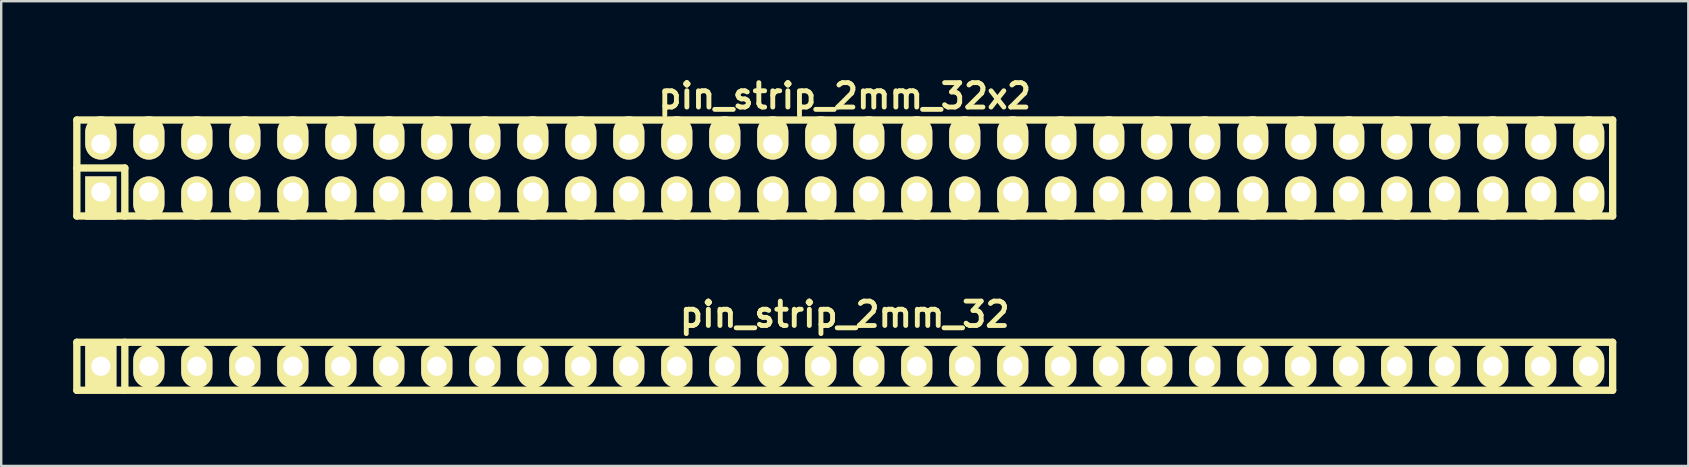
<source format=kicad_pcb>
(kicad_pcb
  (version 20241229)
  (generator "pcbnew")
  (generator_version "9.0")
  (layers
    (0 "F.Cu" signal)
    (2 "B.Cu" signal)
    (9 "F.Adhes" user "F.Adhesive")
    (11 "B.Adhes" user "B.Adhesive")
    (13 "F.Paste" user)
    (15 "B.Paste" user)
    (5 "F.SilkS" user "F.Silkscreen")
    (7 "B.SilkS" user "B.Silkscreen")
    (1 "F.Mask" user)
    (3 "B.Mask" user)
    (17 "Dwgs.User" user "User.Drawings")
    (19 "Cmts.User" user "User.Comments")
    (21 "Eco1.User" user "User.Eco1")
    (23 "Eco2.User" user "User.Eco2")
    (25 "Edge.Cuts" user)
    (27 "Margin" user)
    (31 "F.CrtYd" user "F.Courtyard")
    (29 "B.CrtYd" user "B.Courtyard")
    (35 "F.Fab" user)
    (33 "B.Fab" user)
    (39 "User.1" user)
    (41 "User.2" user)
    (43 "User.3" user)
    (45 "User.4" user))
  (footprint "pin_strip_2mm_32x2"
    (layer "F.Cu")
    (at 32.152 3.951)
    (property "Reference" "pin_strip_2mm_32x2" (at 0 -3 0) (layer "F.SilkS") (effects (font (size 1.016 1.016) (thickness 0.203))))
    (attr through_hole)
    (fp_line (start -32 -2) (end 32 -2) (stroke (width 0.305) (type solid)) (layer "F.SilkS"))
    (fp_line (start -32 0) (end -30 0) (stroke (width 0.305) (type solid)) (layer "F.SilkS"))
    (fp_line (start -32 2) (end -32 -2) (stroke (width 0.305) (type solid)) (layer "F.SilkS"))
    (fp_line (start -30 0) (end -30 2) (stroke (width 0.305) (type solid)) (layer "F.SilkS"))
    (fp_line (start 32 -2) (end 32 2) (stroke (width 0.305) (type solid)) (layer "F.SilkS"))
    (fp_line (start 32 2) (end -32 2) (stroke (width 0.305) (type solid)) (layer "F.SilkS"))
    (pad "1" thru_hole rect (at -31 1) (size 1.3 1.8) (drill 0.8 (offset 0 0.25)) (layers "*.Cu" "*.Mask" "F.SilkS"))
    (pad "2" thru_hole oval (at -31 -1) (size 1.3 1.8) (drill 0.8 (offset 0 -0.25)) (layers "*.Cu" "*.Mask" "F.SilkS"))
    (pad "3" thru_hole oval (at -29 1) (size 1.3 1.8) (drill 0.8 (offset 0 0.25)) (layers "*.Cu" "*.Mask" "F.SilkS"))
    (pad "4" thru_hole oval (at -29 -1) (size 1.3 1.8) (drill 0.8 (offset 0 -0.25)) (layers "*.Cu" "*.Mask" "F.SilkS"))
    (pad "5" thru_hole oval (at -27 1) (size 1.3 1.8) (drill 0.8 (offset 0 0.25)) (layers "*.Cu" "*.Mask" "F.SilkS"))
    (pad "6" thru_hole oval (at -27 -1) (size 1.3 1.8) (drill 0.8 (offset 0 -0.25)) (layers "*.Cu" "*.Mask" "F.SilkS"))
    (pad "7" thru_hole oval (at -25 1) (size 1.3 1.8) (drill 0.8 (offset 0 0.25)) (layers "*.Cu" "*.Mask" "F.SilkS"))
    (pad "8" thru_hole oval (at -25 -1) (size 1.3 1.8) (drill 0.8 (offset 0 -0.25)) (layers "*.Cu" "*.Mask" "F.SilkS"))
    (pad "9" thru_hole oval (at -23 1) (size 1.3 1.8) (drill 0.8 (offset 0 0.25)) (layers "*.Cu" "*.Mask" "F.SilkS"))
    (pad "10" thru_hole oval (at -23 -1) (size 1.3 1.8) (drill 0.8 (offset 0 -0.25)) (layers "*.Cu" "*.Mask" "F.SilkS"))
    (pad "11" thru_hole oval (at -21 1) (size 1.3 1.8) (drill 0.8 (offset 0 0.25)) (layers "*.Cu" "*.Mask" "F.SilkS"))
    (pad "12" thru_hole oval (at -21 -1) (size 1.3 1.8) (drill 0.8 (offset 0 -0.25)) (layers "*.Cu" "*.Mask" "F.SilkS"))
    (pad "13" thru_hole oval (at -19 1) (size 1.3 1.8) (drill 0.8 (offset 0 0.25)) (layers "*.Cu" "*.Mask" "F.SilkS"))
    (pad "14" thru_hole oval (at -19 -1) (size 1.3 1.8) (drill 0.8 (offset 0 -0.25)) (layers "*.Cu" "*.Mask" "F.SilkS"))
    (pad "15" thru_hole oval (at -17 1) (size 1.3 1.8) (drill 0.8 (offset 0 0.25)) (layers "*.Cu" "*.Mask" "F.SilkS"))
    (pad "16" thru_hole oval (at -17 -1) (size 1.3 1.8) (drill 0.8 (offset 0 -0.25)) (layers "*.Cu" "*.Mask" "F.SilkS"))
    (pad "17" thru_hole oval (at -15 1) (size 1.3 1.8) (drill 0.8 (offset 0 0.25)) (layers "*.Cu" "*.Mask" "F.SilkS"))
    (pad "18" thru_hole oval (at -15 -1) (size 1.3 1.8) (drill 0.8 (offset 0 -0.25)) (layers "*.Cu" "*.Mask" "F.SilkS"))
    (pad "19" thru_hole oval (at -13 1) (size 1.3 1.8) (drill 0.8 (offset 0 0.25)) (layers "*.Cu" "*.Mask" "F.SilkS"))
    (pad "20" thru_hole oval (at -13 -1) (size 1.3 1.8) (drill 0.8 (offset 0 -0.25)) (layers "*.Cu" "*.Mask" "F.SilkS"))
    (pad "21" thru_hole oval (at -11 1) (size 1.3 1.8) (drill 0.8 (offset 0 0.25)) (layers "*.Cu" "*.Mask" "F.SilkS"))
    (pad "22" thru_hole oval (at -11 -1) (size 1.3 1.8) (drill 0.8 (offset 0 -0.25)) (layers "*.Cu" "*.Mask" "F.SilkS"))
    (pad "23" thru_hole oval (at -9 1) (size 1.3 1.8) (drill 0.8 (offset 0 0.25)) (layers "*.Cu" "*.Mask" "F.SilkS"))
    (pad "24" thru_hole oval (at -9 -1) (size 1.3 1.8) (drill 0.8 (offset 0 -0.25)) (layers "*.Cu" "*.Mask" "F.SilkS"))
    (pad "25" thru_hole oval (at -7 1) (size 1.3 1.8) (drill 0.8 (offset 0 0.25)) (layers "*.Cu" "*.Mask" "F.SilkS"))
    (pad "26" thru_hole oval (at -7 -1) (size 1.3 1.8) (drill 0.8 (offset 0 -0.25)) (layers "*.Cu" "*.Mask" "F.SilkS"))
    (pad "27" thru_hole oval (at -5 1) (size 1.3 1.8) (drill 0.8 (offset 0 0.25)) (layers "*.Cu" "*.Mask" "F.SilkS"))
    (pad "28" thru_hole oval (at -5 -1) (size 1.3 1.8) (drill 0.8 (offset 0 -0.25)) (layers "*.Cu" "*.Mask" "F.SilkS"))
    (pad "29" thru_hole oval (at -3 1) (size 1.3 1.8) (drill 0.8 (offset 0 0.25)) (layers "*.Cu" "*.Mask" "F.SilkS"))
    (pad "30" thru_hole oval (at -3 -1) (size 1.3 1.8) (drill 0.8 (offset 0 -0.25)) (layers "*.Cu" "*.Mask" "F.SilkS"))
    (pad "31" thru_hole oval (at -1 1) (size 1.3 1.8) (drill 0.8 (offset 0 0.25)) (layers "*.Cu" "*.Mask" "F.SilkS"))
    (pad "32" thru_hole oval (at -1 -1) (size 1.3 1.8) (drill 0.8 (offset 0 -0.25)) (layers "*.Cu" "*.Mask" "F.SilkS"))
    (pad "33" thru_hole oval (at 1 1) (size 1.3 1.8) (drill 0.8 (offset 0 0.25)) (layers "*.Cu" "*.Mask" "F.SilkS"))
    (pad "34" thru_hole oval (at 1 -1) (size 1.3 1.8) (drill 0.8 (offset 0 -0.25)) (layers "*.Cu" "*.Mask" "F.SilkS"))
    (pad "35" thru_hole oval (at 3 1) (size 1.3 1.8) (drill 0.8 (offset 0 0.25)) (layers "*.Cu" "*.Mask" "F.SilkS"))
    (pad "36" thru_hole oval (at 3 -1) (size 1.3 1.8) (drill 0.8 (offset 0 -0.25)) (layers "*.Cu" "*.Mask" "F.SilkS"))
    (pad "37" thru_hole oval (at 5 1) (size 1.3 1.8) (drill 0.8 (offset 0 0.25)) (layers "*.Cu" "*.Mask" "F.SilkS"))
    (pad "38" thru_hole oval (at 5 -1) (size 1.3 1.8) (drill 0.8 (offset 0 -0.25)) (layers "*.Cu" "*.Mask" "F.SilkS"))
    (pad "39" thru_hole oval (at 7 1) (size 1.3 1.8) (drill 0.8 (offset 0 0.25)) (layers "*.Cu" "*.Mask" "F.SilkS"))
    (pad "40" thru_hole oval (at 7 -1) (size 1.3 1.8) (drill 0.8 (offset 0 -0.25)) (layers "*.Cu" "*.Mask" "F.SilkS"))
    (pad "41" thru_hole oval (at 9 1) (size 1.3 1.8) (drill 0.8 (offset 0 0.25)) (layers "*.Cu" "*.Mask" "F.SilkS"))
    (pad "42" thru_hole oval (at 9 -1) (size 1.3 1.8) (drill 0.8 (offset 0 -0.25)) (layers "*.Cu" "*.Mask" "F.SilkS"))
    (pad "43" thru_hole oval (at 11 1) (size 1.3 1.8) (drill 0.8 (offset 0 0.25)) (layers "*.Cu" "*.Mask" "F.SilkS"))
    (pad "44" thru_hole oval (at 11 -1) (size 1.3 1.8) (drill 0.8 (offset 0 -0.25)) (layers "*.Cu" "*.Mask" "F.SilkS"))
    (pad "45" thru_hole oval (at 13 1) (size 1.3 1.8) (drill 0.8 (offset 0 0.25)) (layers "*.Cu" "*.Mask" "F.SilkS"))
    (pad "46" thru_hole oval (at 13 -1) (size 1.3 1.8) (drill 0.8 (offset 0 -0.25)) (layers "*.Cu" "*.Mask" "F.SilkS"))
    (pad "47" thru_hole oval (at 15 1) (size 1.3 1.8) (drill 0.8 (offset 0 0.25)) (layers "*.Cu" "*.Mask" "F.SilkS"))
    (pad "48" thru_hole oval (at 15 -1) (size 1.3 1.8) (drill 0.8 (offset 0 -0.25)) (layers "*.Cu" "*.Mask" "F.SilkS"))
    (pad "49" thru_hole oval (at 17 1) (size 1.3 1.8) (drill 0.8 (offset 0 0.25)) (layers "*.Cu" "*.Mask" "F.SilkS"))
    (pad "50" thru_hole oval (at 17 -1) (size 1.3 1.8) (drill 0.8 (offset 0 -0.25)) (layers "*.Cu" "*.Mask" "F.SilkS"))
    (pad "51" thru_hole oval (at 19 1) (size 1.3 1.8) (drill 0.8 (offset 0 0.25)) (layers "*.Cu" "*.Mask" "F.SilkS"))
    (pad "52" thru_hole oval (at 19 -1) (size 1.3 1.8) (drill 0.8 (offset 0 -0.25)) (layers "*.Cu" "*.Mask" "F.SilkS"))
    (pad "53" thru_hole oval (at 21 1) (size 1.3 1.8) (drill 0.8 (offset 0 0.25)) (layers "*.Cu" "*.Mask" "F.SilkS"))
    (pad "54" thru_hole oval (at 21 -1) (size 1.3 1.8) (drill 0.8 (offset 0 -0.25)) (layers "*.Cu" "*.Mask" "F.SilkS"))
    (pad "55" thru_hole oval (at 23 1) (size 1.3 1.8) (drill 0.8 (offset 0 0.25)) (layers "*.Cu" "*.Mask" "F.SilkS"))
    (pad "56" thru_hole oval (at 23 -1) (size 1.3 1.8) (drill 0.8 (offset 0 -0.25)) (layers "*.Cu" "*.Mask" "F.SilkS"))
    (pad "57" thru_hole oval (at 25 1) (size 1.3 1.8) (drill 0.8 (offset 0 0.25)) (layers "*.Cu" "*.Mask" "F.SilkS"))
    (pad "58" thru_hole oval (at 25 -1) (size 1.3 1.8) (drill 0.8 (offset 0 -0.25)) (layers "*.Cu" "*.Mask" "F.SilkS"))
    (pad "59" thru_hole oval (at 27 1) (size 1.3 1.8) (drill 0.8 (offset 0 0.25)) (layers "*.Cu" "*.Mask" "F.SilkS"))
    (pad "60" thru_hole oval (at 27 -1) (size 1.3 1.8) (drill 0.8 (offset 0 -0.25)) (layers "*.Cu" "*.Mask" "F.SilkS"))
    (pad "61" thru_hole oval (at 29 1) (size 1.3 1.8) (drill 0.8 (offset 0 0.25)) (layers "*.Cu" "*.Mask" "F.SilkS"))
    (pad "62" thru_hole oval (at 29 -1) (size 1.3 1.8) (drill 0.8 (offset 0 -0.25)) (layers "*.Cu" "*.Mask" "F.SilkS"))
    (pad "63" thru_hole oval (at 31 1) (size 1.3 1.8) (drill 0.8 (offset 0 0.25)) (layers "*.Cu" "*.Mask" "F.SilkS"))
    (pad "64" thru_hole oval (at 31 -1) (size 1.3 1.8) (drill 0.8 (offset 0 -0.25)) (layers "*.Cu" "*.Mask" "F.SilkS")))
  (footprint "pin_strip_2mm_32"
    (layer "F.Cu")
    (at 32.152 12.213)
    (property "Reference" "pin_strip_2mm_32" (at 0 -2.159 0) (layer "F.SilkS") (effects (font (size 1.016 1.016) (thickness 0.203))))
    (attr through_hole)
    (fp_line (start -32 -1) (end 32 -1) (stroke (width 0.305) (type solid)) (layer "F.SilkS"))
    (fp_line (start -32 1) (end -32 -1) (stroke (width 0.305) (type solid)) (layer "F.SilkS"))
    (fp_line (start -30 -1) (end -30 1) (stroke (width 0.305) (type solid)) (layer "F.SilkS"))
    (fp_line (start 32 -1) (end 32 1) (stroke (width 0.305) (type solid)) (layer "F.SilkS"))
    (fp_line (start 32 1) (end -32 1) (stroke (width 0.305) (type solid)) (layer "F.SilkS"))
    (pad "1" thru_hole rect (at -31 0) (size 1.3 1.8) (drill 0.8) (layers "*.Cu" "*.Mask" "F.SilkS"))
    (pad "2" thru_hole oval (at -29 0) (size 1.3 1.8) (drill 0.8) (layers "*.Cu" "*.Mask" "F.SilkS"))
    (pad "3" thru_hole oval (at -27 0) (size 1.3 1.8) (drill 0.8) (layers "*.Cu" "*.Mask" "F.SilkS"))
    (pad "4" thru_hole oval (at -25 0) (size 1.3 1.8) (drill 0.8) (layers "*.Cu" "*.Mask" "F.SilkS"))
    (pad "5" thru_hole oval (at -23 0) (size 1.3 1.8) (drill 0.8) (layers "*.Cu" "*.Mask" "F.SilkS"))
    (pad "6" thru_hole oval (at -21 0) (size 1.3 1.8) (drill 0.8) (layers "*.Cu" "*.Mask" "F.SilkS"))
    (pad "7" thru_hole oval (at -19 0) (size 1.3 1.8) (drill 0.8) (layers "*.Cu" "*.Mask" "F.SilkS"))
    (pad "8" thru_hole oval (at -17 0) (size 1.3 1.8) (drill 0.8) (layers "*.Cu" "*.Mask" "F.SilkS"))
    (pad "9" thru_hole oval (at -15 0) (size 1.3 1.8) (drill 0.8) (layers "*.Cu" "*.Mask" "F.SilkS"))
    (pad "10" thru_hole oval (at -13 0) (size 1.3 1.8) (drill 0.8) (layers "*.Cu" "*.Mask" "F.SilkS"))
    (pad "11" thru_hole oval (at -11 0) (size 1.3 1.8) (drill 0.8) (layers "*.Cu" "*.Mask" "F.SilkS"))
    (pad "12" thru_hole oval (at -9 0) (size 1.3 1.8) (drill 0.8) (layers "*.Cu" "*.Mask" "F.SilkS"))
    (pad "13" thru_hole oval (at -7 0) (size 1.3 1.8) (drill 0.8) (layers "*.Cu" "*.Mask" "F.SilkS"))
    (pad "14" thru_hole oval (at -5 0) (size 1.3 1.8) (drill 0.8) (layers "*.Cu" "*.Mask" "F.SilkS"))
    (pad "15" thru_hole oval (at -3 0) (size 1.3 1.8) (drill 0.8) (layers "*.Cu" "*.Mask" "F.SilkS"))
    (pad "16" thru_hole oval (at -1 0) (size 1.3 1.8) (drill 0.8) (layers "*.Cu" "*.Mask" "F.SilkS"))
    (pad "17" thru_hole oval (at 1 0) (size 1.3 1.8) (drill 0.8) (layers "*.Cu" "*.Mask" "F.SilkS"))
    (pad "18" thru_hole oval (at 3 0) (size 1.3 1.8) (drill 0.8) (layers "*.Cu" "*.Mask" "F.SilkS"))
    (pad "19" thru_hole oval (at 5 0) (size 1.3 1.8) (drill 0.8) (layers "*.Cu" "*.Mask" "F.SilkS"))
    (pad "20" thru_hole oval (at 7 0) (size 1.3 1.8) (drill 0.8) (layers "*.Cu" "*.Mask" "F.SilkS"))
    (pad "21" thru_hole oval (at 9 0) (size 1.3 1.8) (drill 0.8) (layers "*.Cu" "*.Mask" "F.SilkS"))
    (pad "22" thru_hole oval (at 11 0) (size 1.3 1.8) (drill 0.8) (layers "*.Cu" "*.Mask" "F.SilkS"))
    (pad "23" thru_hole oval (at 13 0) (size 1.3 1.8) (drill 0.8) (layers "*.Cu" "*.Mask" "F.SilkS"))
    (pad "24" thru_hole oval (at 15 0) (size 1.3 1.8) (drill 0.8) (layers "*.Cu" "*.Mask" "F.SilkS"))
    (pad "25" thru_hole oval (at 17 0) (size 1.3 1.8) (drill 0.8) (layers "*.Cu" "*.Mask" "F.SilkS"))
    (pad "26" thru_hole oval (at 19 0) (size 1.3 1.8) (drill 0.8) (layers "*.Cu" "*.Mask" "F.SilkS"))
    (pad "27" thru_hole oval (at 21 0) (size 1.3 1.8) (drill 0.8) (layers "*.Cu" "*.Mask" "F.SilkS"))
    (pad "28" thru_hole oval (at 23 0) (size 1.3 1.8) (drill 0.8) (layers "*.Cu" "*.Mask" "F.SilkS"))
    (pad "29" thru_hole oval (at 25 0) (size 1.3 1.8) (drill 0.8) (layers "*.Cu" "*.Mask" "F.SilkS"))
    (pad "30" thru_hole oval (at 27 0) (size 1.3 1.8) (drill 0.8) (layers "*.Cu" "*.Mask" "F.SilkS"))
    (pad "31" thru_hole oval (at 29 0) (size 1.3 1.8) (drill 0.8) (layers "*.Cu" "*.Mask" "F.SilkS"))
    (pad "32" thru_hole oval (at 31 0) (size 1.3 1.8) (drill 0.8) (layers "*.Cu" "*.Mask" "F.SilkS")))
  (gr_rect
    (start -3 -3)
    (end 67.305 16.366)
    (stroke (width 0.1) (type default))
    (fill no)
    (layer "Edge.Cuts")))
</source>
